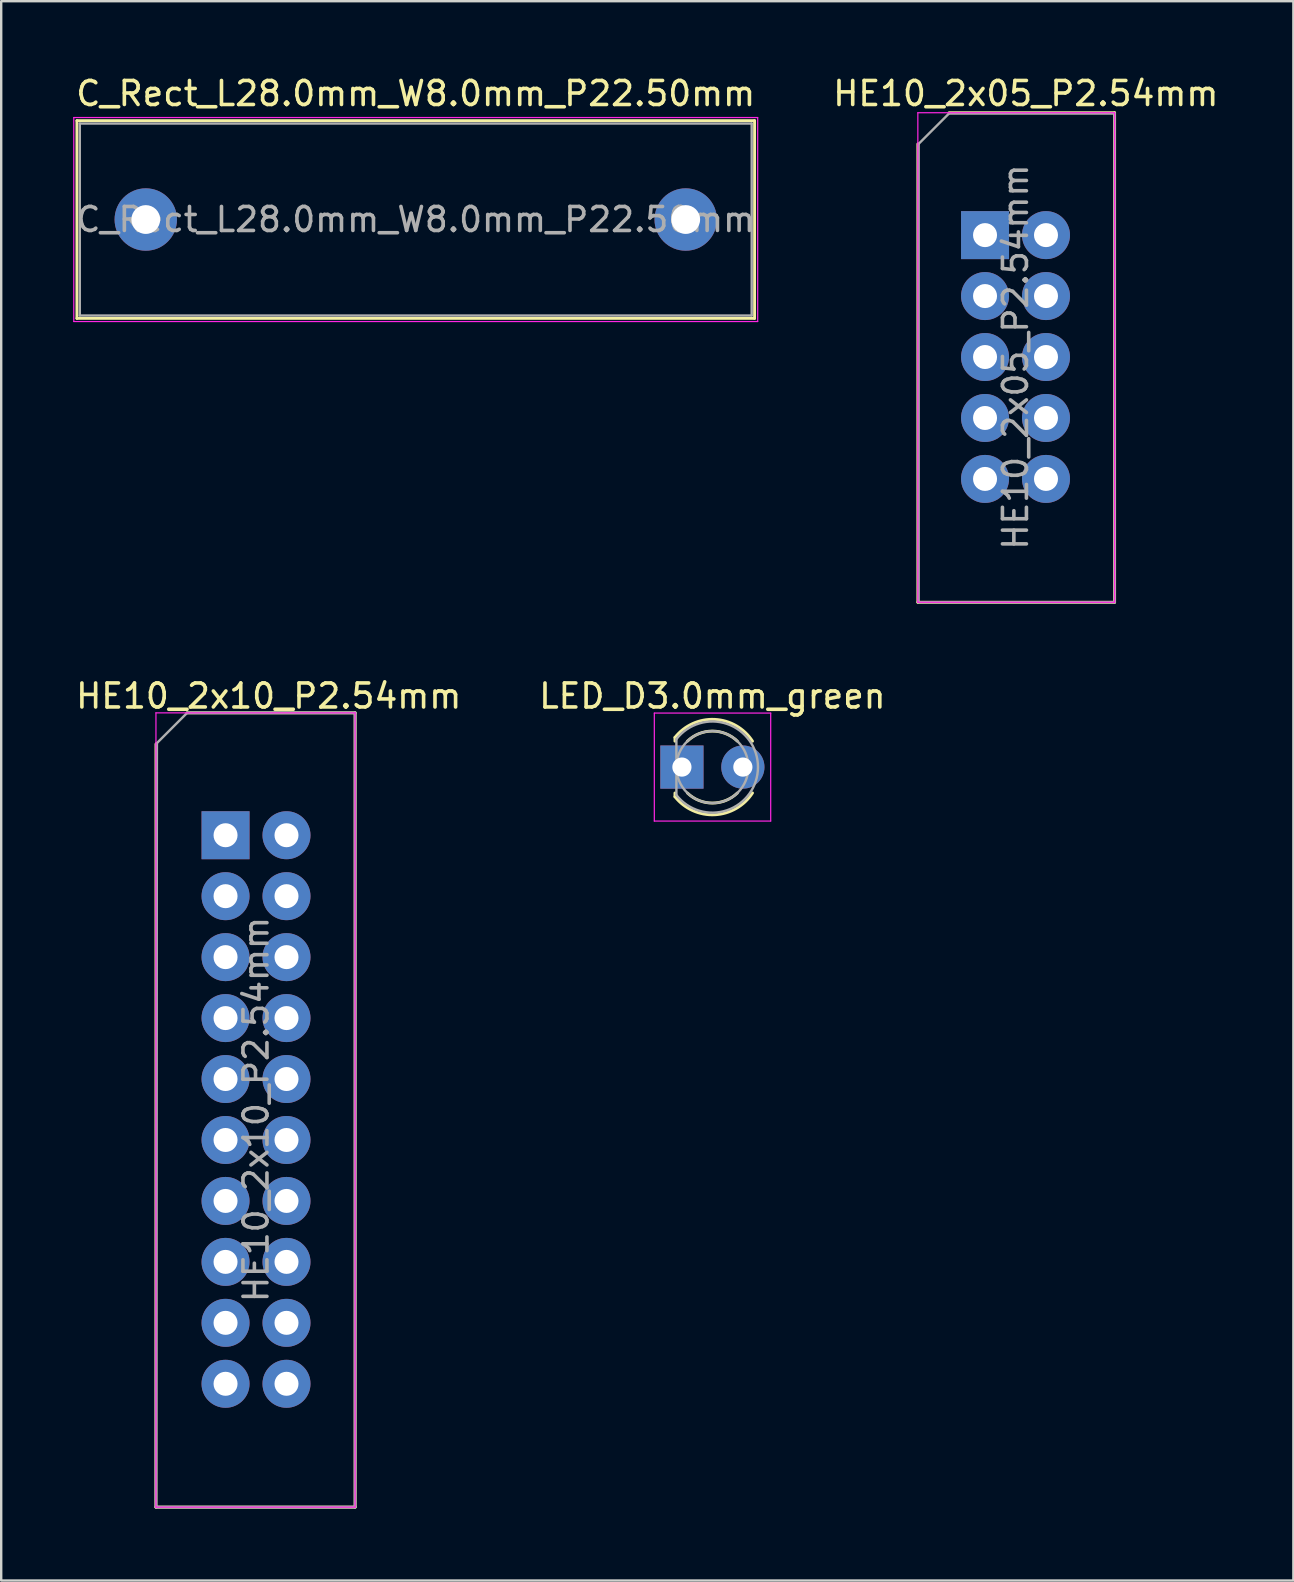
<source format=kicad_pcb>
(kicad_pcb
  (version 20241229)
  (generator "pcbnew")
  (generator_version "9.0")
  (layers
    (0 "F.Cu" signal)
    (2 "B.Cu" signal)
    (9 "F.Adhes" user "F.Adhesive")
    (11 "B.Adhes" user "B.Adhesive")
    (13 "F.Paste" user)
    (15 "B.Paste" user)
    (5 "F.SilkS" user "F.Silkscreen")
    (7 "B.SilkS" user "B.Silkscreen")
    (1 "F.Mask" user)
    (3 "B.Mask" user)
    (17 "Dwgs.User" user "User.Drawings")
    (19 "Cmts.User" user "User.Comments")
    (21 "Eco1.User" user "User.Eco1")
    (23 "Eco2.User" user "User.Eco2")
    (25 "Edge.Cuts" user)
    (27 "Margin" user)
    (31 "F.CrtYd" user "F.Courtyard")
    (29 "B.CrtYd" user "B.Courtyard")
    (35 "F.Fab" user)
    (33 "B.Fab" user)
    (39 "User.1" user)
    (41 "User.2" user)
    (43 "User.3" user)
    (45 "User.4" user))
  (footprint "C_Rect_L28.0mm_W8.0mm_P22.50mm"
    (layer "F.Cu")
    (at 3.025 6.098)
    (property "Reference" "C_Rect_L28.0mm_W8.0mm_P22.50mm" (at 11.25 -5.25 0) (layer "F.SilkS") (effects (font (size 1 1) (thickness 0.15))))
    (attr through_hole)
    (fp_line (start -2.87 -4.12) (end -2.87 4.12) (stroke (width 0.12) (type solid)) (layer "F.SilkS"))
    (fp_line (start -2.87 -4.12) (end 25.37 -4.12) (stroke (width 0.12) (type solid)) (layer "F.SilkS"))
    (fp_line (start -2.87 4.12) (end 25.37 4.12) (stroke (width 0.12) (type solid)) (layer "F.SilkS"))
    (fp_line (start 25.37 -4.12) (end 25.37 4.12) (stroke (width 0.12) (type solid)) (layer "F.SilkS"))
    (fp_line (start -3 -4.25) (end -3 4.25) (stroke (width 0.05) (type solid)) (layer "F.CrtYd"))
    (fp_line (start -3 4.25) (end 25.5 4.25) (stroke (width 0.05) (type solid)) (layer "F.CrtYd"))
    (fp_line (start 25.5 -4.25) (end -3 -4.25) (stroke (width 0.05) (type solid)) (layer "F.CrtYd"))
    (fp_line (start 25.5 4.25) (end 25.5 -4.25) (stroke (width 0.05) (type solid)) (layer "F.CrtYd"))
    (fp_line (start -2.75 -4) (end -2.75 4) (stroke (width 0.1) (type solid)) (layer "F.Fab"))
    (fp_line (start -2.75 4) (end 25.25 4) (stroke (width 0.1) (type solid)) (layer "F.Fab"))
    (fp_line (start 25.25 -4) (end -2.75 -4) (stroke (width 0.1) (type solid)) (layer "F.Fab"))
    (fp_line (start 25.25 4) (end 25.25 -4) (stroke (width 0.1) (type solid)) (layer "F.Fab"))
    (fp_text user "${REFERENCE}" (at 11.25 0 0) (layer "F.Fab") (effects (font (size 1 1) (thickness 0.15))))
    (pad "1" thru_hole circle (at 0 0) (size 2.6 2.6) (drill 1.2) (layers "*.Cu" "*.Mask"))
    (pad "2" thru_hole circle (at 22.5 0) (size 2.6 2.6) (drill 1.2) (layers "*.Cu" "*.Mask")))
  (footprint "HE10_2x05_P2.54mm"
    (layer "F.Cu")
    (at 37.999 6.748)
    (property "Reference" "HE10_2x05_P2.54mm" (at 1.7 -5.9 0) (layer "F.SilkS") (effects (font (size 1 1) (thickness 0.15))))
    (attr through_hole)
    (fp_line (start -2.8 15.3) (end -2.8 -3.8) (stroke (width 0.12) (type solid)) (layer "F.SilkS"))
    (fp_line (start -1.5 -5.1) (end 5.4 -5.1) (stroke (width 0.12) (type solid)) (layer "F.SilkS"))
    (fp_line (start 5.4 -5.1) (end 5.4 15.3) (stroke (width 0.12) (type solid)) (layer "F.SilkS"))
    (fp_line (start 5.4 15.3) (end -2.8 15.3) (stroke (width 0.12) (type solid)) (layer "F.SilkS"))
    (fp_line (start -2.8 -5.1) (end -2.8 15.3) (stroke (width 0.05) (type solid)) (layer "F.CrtYd"))
    (fp_line (start -2.8 15.3) (end 5.4 15.3) (stroke (width 0.05) (type solid)) (layer "F.CrtYd"))
    (fp_line (start 5.4 -5.1) (end -2.8 -5.1) (stroke (width 0.05) (type solid)) (layer "F.CrtYd"))
    (fp_line (start 5.4 15.3) (end 5.4 -5.1) (stroke (width 0.05) (type solid)) (layer "F.CrtYd"))
    (fp_line (start -2.77 -3.8) (end -1.5 -5.07) (stroke (width 0.1) (type solid)) (layer "F.Fab"))
    (fp_line (start -2.77 15.3) (end -2.77 -3.8) (stroke (width 0.1) (type solid)) (layer "F.Fab"))
    (fp_line (start -1.5 -5.07) (end 5.4 -5.07) (stroke (width 0.1) (type solid)) (layer "F.Fab"))
    (fp_line (start 5.4 -5.07) (end 5.4 15.3) (stroke (width 0.1) (type solid)) (layer "F.Fab"))
    (fp_line (start 5.4 15.3) (end -2.78 15.3) (stroke (width 0.1) (type solid)) (layer "F.Fab"))
    (fp_text user "${REFERENCE}" (at 1.27 5.08 90) (layer "F.Fab") (effects (font (size 1 1) (thickness 0.15))))
    (pad "1" thru_hole rect (at 0 0) (size 2 2) (drill 1) (layers "*.Cu" "*.Mask"))
    (pad "2" thru_hole oval (at 2.54 0) (size 2 2) (drill 1) (layers "*.Cu" "*.Mask"))
    (pad "3" thru_hole oval (at 0 2.54) (size 2 2) (drill 1) (layers "*.Cu" "*.Mask"))
    (pad "4" thru_hole oval (at 2.54 2.54) (size 2 2) (drill 1) (layers "*.Cu" "*.Mask"))
    (pad "5" thru_hole oval (at 0 5.08) (size 2 2) (drill 1) (layers "*.Cu" "*.Mask"))
    (pad "6" thru_hole oval (at 2.54 5.08) (size 2 2) (drill 1) (layers "*.Cu" "*.Mask"))
    (pad "7" thru_hole oval (at 0 7.62) (size 2 2) (drill 1) (layers "*.Cu" "*.Mask"))
    (pad "8" thru_hole oval (at 2.54 7.62) (size 2 2) (drill 1) (layers "*.Cu" "*.Mask"))
    (pad "9" thru_hole oval (at 0 10.16) (size 2 2) (drill 1) (layers "*.Cu" "*.Mask"))
    (pad "10" thru_hole oval (at 2.54 10.16) (size 2 2) (drill 1) (layers "*.Cu" "*.Mask")))
  (footprint "HE10_2x10_P2.54mm"
    (layer "F.Cu")
    (at 6.349 31.756)
    (property "Reference" "HE10_2x10_P2.54mm" (at 1.8 -5.8 0) (layer "F.SilkS") (effects (font (size 1 1) (thickness 0.15))))
    (attr through_hole)
    (fp_line (start -2.9 28) (end -2.9 -3.8) (stroke (width 0.12) (type solid)) (layer "F.SilkS"))
    (fp_line (start -1.6 -5.1) (end 5.4 -5.1) (stroke (width 0.12) (type solid)) (layer "F.SilkS"))
    (fp_line (start 5.4 -5.1) (end 5.4 28) (stroke (width 0.12) (type solid)) (layer "F.SilkS"))
    (fp_line (start 5.4 28) (end -2.9 28) (stroke (width 0.12) (type solid)) (layer "F.SilkS"))
    (fp_line (start -2.9 -5.1) (end -2.9 28) (stroke (width 0.05) (type solid)) (layer "F.CrtYd"))
    (fp_line (start -2.9 28) (end 5.4 28) (stroke (width 0.05) (type solid)) (layer "F.CrtYd"))
    (fp_line (start 5.4 -5.1) (end -2.9 -5.1) (stroke (width 0.05) (type solid)) (layer "F.CrtYd"))
    (fp_line (start 5.4 28) (end 5.4 -5.1) (stroke (width 0.05) (type solid)) (layer "F.CrtYd"))
    (fp_line (start -2.9 28) (end -2.87 -3.83) (stroke (width 0.12) (type solid)) (layer "F.Fab"))
    (fp_line (start -2.87 -3.83) (end -1.6 -5.1) (stroke (width 0.1) (type solid)) (layer "F.Fab"))
    (fp_line (start -1.6 -5.1) (end 5.4 -5.1) (stroke (width 0.12) (type solid)) (layer "F.Fab"))
    (fp_line (start 5.4 -5.1) (end 5.4 28) (stroke (width 0.12) (type solid)) (layer "F.Fab"))
    (fp_line (start 5.4 28) (end -2.9 28) (stroke (width 0.12) (type solid)) (layer "F.Fab"))
    (fp_text user "${REFERENCE}" (at 1.27 11.43 90) (layer "F.Fab") (effects (font (size 1 1) (thickness 0.15))))
    (pad "1" thru_hole rect (at 0 0) (size 2 2) (drill 1) (layers "*.Cu" "*.Mask"))
    (pad "2" thru_hole oval (at 2.54 0) (size 2 2) (drill 1) (layers "*.Cu" "*.Mask"))
    (pad "3" thru_hole oval (at 0 2.54) (size 2 2) (drill 1) (layers "*.Cu" "*.Mask"))
    (pad "4" thru_hole oval (at 2.54 2.54) (size 2 2) (drill 1) (layers "*.Cu" "*.Mask"))
    (pad "5" thru_hole oval (at 0 5.08) (size 2 2) (drill 1) (layers "*.Cu" "*.Mask"))
    (pad "6" thru_hole oval (at 2.54 5.08) (size 2 2) (drill 1) (layers "*.Cu" "*.Mask"))
    (pad "7" thru_hole oval (at 0 7.62) (size 2 2) (drill 1) (layers "*.Cu" "*.Mask"))
    (pad "8" thru_hole oval (at 2.54 7.62) (size 2 2) (drill 1) (layers "*.Cu" "*.Mask"))
    (pad "9" thru_hole oval (at 0 10.16) (size 2 2) (drill 1) (layers "*.Cu" "*.Mask"))
    (pad "10" thru_hole oval (at 2.54 10.16) (size 2 2) (drill 1) (layers "*.Cu" "*.Mask"))
    (pad "11" thru_hole oval (at 0 12.7) (size 2 2) (drill 1) (layers "*.Cu" "*.Mask"))
    (pad "12" thru_hole oval (at 2.54 12.7) (size 2 2) (drill 1) (layers "*.Cu" "*.Mask"))
    (pad "13" thru_hole oval (at 0 15.24) (size 2 2) (drill 1) (layers "*.Cu" "*.Mask"))
    (pad "14" thru_hole oval (at 2.54 15.24) (size 2 2) (drill 1) (layers "*.Cu" "*.Mask"))
    (pad "15" thru_hole oval (at 0 17.78) (size 2 2) (drill 1) (layers "*.Cu" "*.Mask"))
    (pad "16" thru_hole oval (at 2.54 17.78) (size 2 2) (drill 1) (layers "*.Cu" "*.Mask"))
    (pad "17" thru_hole oval (at 0 20.32) (size 2 2) (drill 1) (layers "*.Cu" "*.Mask"))
    (pad "18" thru_hole oval (at 2.54 20.32) (size 2 2) (drill 1) (layers "*.Cu" "*.Mask"))
    (pad "19" thru_hole oval (at 0 22.86) (size 2 2) (drill 1) (layers "*.Cu" "*.Mask"))
    (pad "20" thru_hole oval (at 2.54 22.86) (size 2 2) (drill 1) (layers "*.Cu" "*.Mask")))
  (footprint "LED_D3.0mm_green"
    (layer "F.Cu")
    (at 25.367 28.916)
    (property "Reference" "LED_D3.0mm_green" (at 1.27 -2.96 0) (layer "F.SilkS") (effects (font (size 1 1) (thickness 0.15))))
    (attr through_hole)
    (fp_line (start -0.29 -1.236) (end -0.29 -1.08) (stroke (width 0.12) (type solid)) (layer "F.SilkS"))
    (fp_line (start -0.29 1.08) (end -0.29 1.236) (stroke (width 0.12) (type solid)) (layer "F.SilkS"))
    (fp_arc (start -0.29 -1.235516) (mid 1.366487 -1.987659) (end 2.942335 -1.078608) (stroke (width 0.12) (type solid)) (layer "F.SilkS"))
    (fp_arc (start 0.229039 -1.08) (mid 1.270117 -1.5) (end 2.31113 -1.079837) (stroke (width 0.12) (type solid)) (layer "F.SilkS"))
    (fp_arc (start 2.31113 1.079837) (mid 1.270117 1.5) (end 0.229039 1.08) (stroke (width 0.12) (type solid)) (layer "F.SilkS"))
    (fp_arc (start 2.942335 1.078608) (mid 1.366487 1.987659) (end -0.29 1.235516) (stroke (width 0.12) (type solid)) (layer "F.SilkS"))
    (fp_line (start -1.15 -2.25) (end -1.15 2.25) (stroke (width 0.05) (type solid)) (layer "F.CrtYd"))
    (fp_line (start -1.15 2.25) (end 3.7 2.25) (stroke (width 0.05) (type solid)) (layer "F.CrtYd"))
    (fp_line (start 3.7 -2.25) (end -1.15 -2.25) (stroke (width 0.05) (type solid)) (layer "F.CrtYd"))
    (fp_line (start 3.7 2.25) (end 3.7 -2.25) (stroke (width 0.05) (type solid)) (layer "F.CrtYd"))
    (fp_line (start -0.23 -1.166) (end -0.23 1.166) (stroke (width 0.1) (type solid)) (layer "F.Fab"))
    (fp_arc (start -0.23 -1.16619) (mid 3.17 0.000452) (end -0.230555 1.165476) (stroke (width 0.1) (type solid)) (layer "F.Fab"))
    (fp_circle (center 1.27 0) (end 2.77 0) (stroke (width 0.1) (type solid)) (fill no) (layer "F.Fab"))
    (pad "1" thru_hole rect (at 0 0) (size 1.8 1.8) (drill 0.8) (layers "*.Cu" "*.Mask"))
    (pad "2" thru_hole circle (at 2.54 0) (size 1.8 1.8) (drill 0.8) (layers "*.Cu" "*.Mask")))
  (gr_rect
    (start -3 -3)
    (end 50.848 62.816)
    (stroke (width 0.1) (type default))
    (fill no)
    (layer "Edge.Cuts")))
</source>
